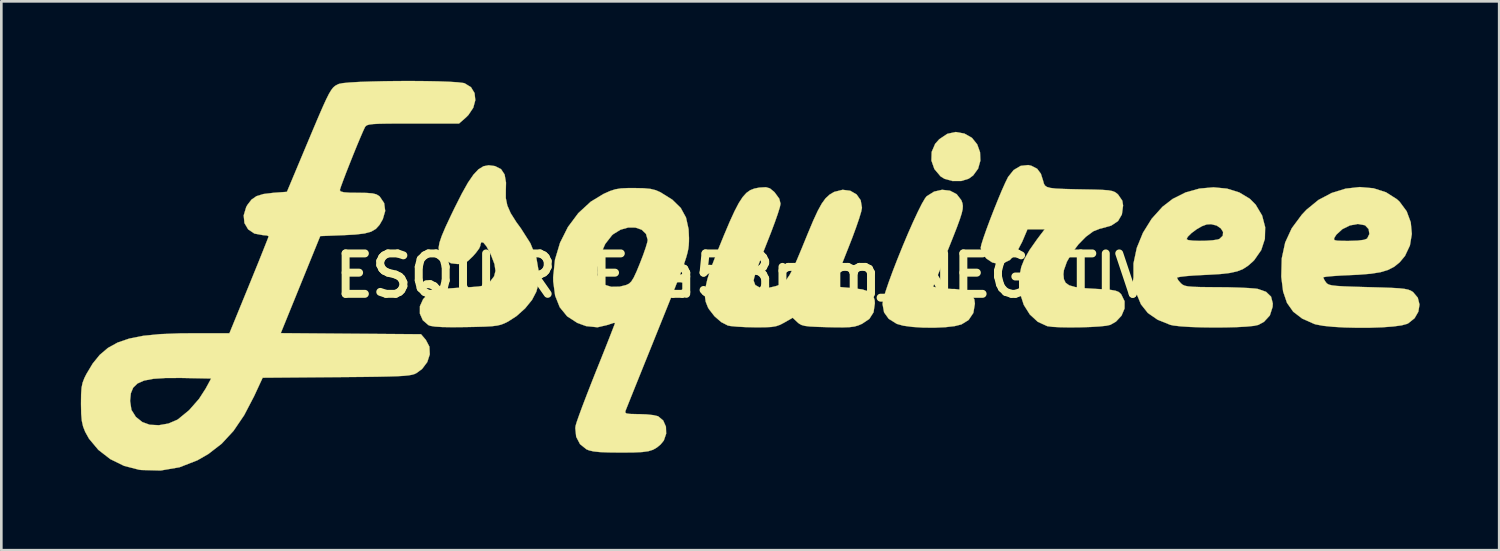
<source format=kicad_pcb>
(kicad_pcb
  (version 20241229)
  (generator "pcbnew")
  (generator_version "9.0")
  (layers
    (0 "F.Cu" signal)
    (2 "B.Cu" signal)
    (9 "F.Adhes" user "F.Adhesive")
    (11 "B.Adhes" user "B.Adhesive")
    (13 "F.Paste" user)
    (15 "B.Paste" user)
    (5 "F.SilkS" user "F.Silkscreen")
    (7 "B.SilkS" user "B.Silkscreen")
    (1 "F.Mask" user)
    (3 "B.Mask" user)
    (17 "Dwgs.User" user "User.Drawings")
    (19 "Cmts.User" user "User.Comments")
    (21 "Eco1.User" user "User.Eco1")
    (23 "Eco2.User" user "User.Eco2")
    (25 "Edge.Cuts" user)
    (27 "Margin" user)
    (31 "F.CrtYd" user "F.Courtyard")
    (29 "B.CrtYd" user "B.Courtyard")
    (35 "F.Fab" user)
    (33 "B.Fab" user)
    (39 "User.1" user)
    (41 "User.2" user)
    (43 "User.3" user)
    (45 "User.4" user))
  (footprint "ESQUIREE_a58mm_NEGATIVE"
    (layer "F.Cu")
    (at 25.659 7.341)
    (property "Reference" "ESQUIREE_a58mm_NEGATIVE" (at 0 0 0) (layer "F.SilkS") (effects (font (size 1.524 1.524) (thickness 0.3))))
    (attr through_hole)
    (fp_poly (pts (xy 7.658 -5.355) (xy 7.944 -5.193) (xy 8.142 -4.947) (xy 8.249 -4.65) (xy 8.261 -4.333) (xy 8.176 -4.031) (xy 7.989 -3.774) (xy 7.824 -3.654) (xy 7.539 -3.565) (xy 7.215 -3.564) (xy 6.913 -3.646) (xy 6.76 -3.74) (xy 6.527 -4.017) (xy 6.415 -4.335) (xy 6.425 -4.662) (xy 6.556 -4.967) (xy 6.71 -5.14) (xy 7.017 -5.345) (xy 7.329 -5.413) (xy 7.658 -5.355)) (stroke (width 0.01) (type solid)) (fill yes) (layer "F.SilkS"))
    (fp_poly (pts (xy 7.115 -3.2) (xy 7.367 -3.069) (xy 7.541 -2.844) (xy 7.551 -2.821) (xy 7.585 -2.726) (xy 7.6 -2.627) (xy 7.593 -2.505) (xy 7.557 -2.344) (xy 7.487 -2.124) (xy 7.379 -1.827) (xy 7.226 -1.436) (xy 7.025 -0.933) (xy 6.976 -0.81) (xy 6.48 0.421) (xy 6.696 0.465) (xy 6.899 0.49) (xy 7.165 0.506) (xy 7.293 0.508) (xy 7.653 0.552) (xy 7.901 0.681) (xy 8.033 0.894) (xy 8.055 1.061) (xy 7.996 1.41) (xy 7.819 1.674) (xy 7.549 1.842) (xy 7.296 1.906) (xy 6.945 1.947) (xy 6.535 1.966) (xy 6.106 1.963) (xy 5.7 1.937) (xy 5.355 1.891) (xy 5.113 1.823) (xy 5.108 1.821) (xy 4.804 1.631) (xy 4.63 1.389) (xy 4.572 1.077) (xy 4.572 1.066) (xy 4.601 0.895) (xy 4.681 0.617) (xy 4.803 0.256) (xy 4.958 -0.166) (xy 5.137 -0.627) (xy 5.329 -1.102) (xy 5.526 -1.571) (xy 5.719 -2.008) (xy 5.898 -2.393) (xy 6.053 -2.703) (xy 6.176 -2.914) (xy 6.236 -2.99) (xy 6.515 -3.165) (xy 6.819 -3.234) (xy 7.115 -3.2)) (stroke (width 0.01) (type solid)) (fill yes) (layer "F.SilkS"))
    (fp_poly (pts (xy -10.064 -4.131) (xy -10.034 -4.124) (xy -9.814 -4.012) (xy -9.68 -3.81) (xy -9.627 -3.504) (xy -9.634 -3.224) (xy -9.635 -2.921) (xy -9.578 -2.642) (xy -9.451 -2.352) (xy -9.24 -2.018) (xy -9.065 -1.778) (xy -8.708 -1.218) (xy -8.481 -0.66) (xy -8.387 -0.115) (xy -8.428 0.404) (xy -8.485 0.611) (xy -8.647 0.92) (xy -8.908 1.24) (xy -9.231 1.529) (xy -9.54 1.729) (xy -9.682 1.8) (xy -9.815 1.852) (xy -9.965 1.887) (xy -10.161 1.911) (xy -10.428 1.926) (xy -10.793 1.936) (xy -11.14 1.943) (xy -11.65 1.948) (xy -12.032 1.942) (xy -12.303 1.925) (xy -12.479 1.897) (xy -12.553 1.869) (xy -12.765 1.685) (xy -12.875 1.434) (xy -12.874 1.158) (xy -12.757 0.898) (xy -12.717 0.85) (xy -12.561 0.707) (xy -12.372 0.604) (xy -12.123 0.533) (xy -11.786 0.486) (xy -11.334 0.455) (xy -11.294 0.453) (xy -10.921 0.434) (xy -10.664 0.413) (xy -10.491 0.385) (xy -10.374 0.341) (xy -10.282 0.275) (xy -10.216 0.212) (xy -10.076 0.028) (xy -10.024 -0.176) (xy -10.061 -0.43) (xy -10.187 -0.761) (xy -10.232 -0.858) (xy -10.365 -1.102) (xy -10.477 -1.239) (xy -10.557 -1.261) (xy -10.594 -1.16) (xy -10.595 -1.124) (xy -10.642 -1.018) (xy -10.764 -0.854) (xy -10.874 -0.729) (xy -11.058 -0.553) (xy -11.212 -0.465) (xy -11.391 -0.437) (xy -11.461 -0.435) (xy -11.702 -0.463) (xy -11.891 -0.567) (xy -11.989 -0.657) (xy -12.09 -0.774) (xy -12.152 -0.897) (xy -12.169 -1.045) (xy -12.137 -1.236) (xy -12.052 -1.489) (xy -11.911 -1.823) (xy -11.708 -2.256) (xy -11.566 -2.55) (xy -11.294 -3.089) (xy -11.061 -3.504) (xy -10.854 -3.806) (xy -10.663 -4.008) (xy -10.475 -4.122) (xy -10.28 -4.159) (xy -10.064 -4.131)) (stroke (width 0.01) (type solid)) (fill yes) (layer "F.SilkS"))
    (fp_poly (pts (xy 17.562 -3.278) (xy 18.027 -3.133) (xy 18.422 -2.895) (xy 18.643 -2.673) (xy 18.886 -2.264) (xy 19.001 -1.825) (xy 18.99 -1.381) (xy 18.852 -0.959) (xy 18.591 -0.584) (xy 18.538 -0.53) (xy 18.352 -0.367) (xy 18.164 -0.246) (xy 17.946 -0.159) (xy 17.672 -0.098) (xy 17.314 -0.057) (xy 16.847 -0.029) (xy 16.673 -0.021) (xy 16.312 -0.002) (xy 16.009 0.022) (xy 15.79 0.049) (xy 15.682 0.075) (xy 15.675 0.083) (xy 15.722 0.175) (xy 15.821 0.29) (xy 15.885 0.344) (xy 15.969 0.383) (xy 16.096 0.409) (xy 16.288 0.425) (xy 16.57 0.434) (xy 16.963 0.438) (xy 17.181 0.439) (xy 17.614 0.443) (xy 18.021 0.455) (xy 18.368 0.471) (xy 18.624 0.491) (xy 18.721 0.504) (xy 19.034 0.613) (xy 19.223 0.795) (xy 19.289 1.053) (xy 19.281 1.184) (xy 19.178 1.504) (xy 18.96 1.742) (xy 18.744 1.861) (xy 18.58 1.897) (xy 18.299 1.925) (xy 17.933 1.945) (xy 17.508 1.956) (xy 17.056 1.959) (xy 16.604 1.953) (xy 16.183 1.939) (xy 15.82 1.916) (xy 15.546 1.885) (xy 15.421 1.858) (xy 14.942 1.664) (xy 14.578 1.413) (xy 14.317 1.085) (xy 14.141 0.663) (xy 14.037 0.125) (xy 14.035 0.109) (xy 14.036 -0.459) (xy 14.16 -1.043) (xy 14.294 -1.371) (xy 16.038 -1.371) (xy 16.104 -1.337) (xy 16.274 -1.316) (xy 16.509 -1.308) (xy 16.768 -1.312) (xy 17.013 -1.329) (xy 17.202 -1.357) (xy 17.277 -1.381) (xy 17.403 -1.502) (xy 17.414 -1.643) (xy 17.329 -1.779) (xy 17.172 -1.886) (xy 16.963 -1.937) (xy 16.799 -1.928) (xy 16.619 -1.862) (xy 16.412 -1.742) (xy 16.219 -1.598) (xy 16.081 -1.461) (xy 16.038 -1.371) (xy 14.294 -1.371) (xy 14.393 -1.613) (xy 14.72 -2.139) (xy 15.127 -2.592) (xy 15.511 -2.889) (xy 16.002 -3.135) (xy 16.524 -3.28) (xy 17.053 -3.327) (xy 17.562 -3.278)) (stroke (width 0.01) (type solid)) (fill yes) (layer "F.SilkS"))
    (fp_poly (pts (xy 23.083 -3.292) (xy 23.558 -3.14) (xy 23.969 -2.878) (xy 24.069 -2.786) (xy 24.337 -2.424) (xy 24.491 -2.008) (xy 24.532 -1.568) (xy 24.46 -1.135) (xy 24.274 -0.74) (xy 24.076 -0.502) (xy 23.874 -0.337) (xy 23.641 -0.215) (xy 23.353 -0.127) (xy 22.983 -0.068) (xy 22.506 -0.03) (xy 22.233 -0.018) (xy 21.863 -0.001) (xy 21.551 0.02) (xy 21.322 0.041) (xy 21.202 0.062) (xy 21.191 0.069) (xy 21.229 0.159) (xy 21.294 0.258) (xy 21.339 0.306) (xy 21.408 0.343) (xy 21.521 0.37) (xy 21.697 0.391) (xy 21.957 0.407) (xy 22.319 0.421) (xy 22.804 0.435) (xy 22.887 0.437) (xy 23.394 0.451) (xy 23.777 0.465) (xy 24.057 0.481) (xy 24.256 0.503) (xy 24.394 0.532) (xy 24.493 0.57) (xy 24.573 0.62) (xy 24.58 0.625) (xy 24.757 0.836) (xy 24.821 1.093) (xy 24.778 1.363) (xy 24.635 1.61) (xy 24.399 1.799) (xy 24.353 1.822) (xy 24.147 1.878) (xy 23.827 1.921) (xy 23.422 1.951) (xy 22.963 1.967) (xy 22.48 1.969) (xy 22.003 1.958) (xy 21.562 1.933) (xy 21.188 1.895) (xy 20.91 1.843) (xy 20.852 1.825) (xy 20.399 1.624) (xy 20.06 1.365) (xy 19.824 1.03) (xy 19.678 0.603) (xy 19.611 0.064) (xy 19.609 0.029) (xy 19.627 -0.648) (xy 19.756 -1.245) (xy 19.817 -1.378) (xy 21.596 -1.378) (xy 21.619 -1.336) (xy 21.719 -1.315) (xy 21.919 -1.307) (xy 22.154 -1.306) (xy 22.491 -1.317) (xy 22.73 -1.348) (xy 22.845 -1.393) (xy 22.931 -1.566) (xy 22.903 -1.751) (xy 22.773 -1.89) (xy 22.757 -1.898) (xy 22.494 -1.945) (xy 22.197 -1.89) (xy 21.913 -1.75) (xy 21.688 -1.544) (xy 21.623 -1.446) (xy 21.596 -1.378) (xy 19.817 -1.378) (xy 20.005 -1.786) (xy 20.382 -2.294) (xy 20.563 -2.486) (xy 21.009 -2.85) (xy 21.508 -3.114) (xy 22.034 -3.277) (xy 22.567 -3.337) (xy 23.083 -3.292)) (stroke (width 0.01) (type solid)) (fill yes) (layer "F.SilkS"))
    (fp_poly (pts (xy 10.181 -4.141) (xy 10.402 -4.028) (xy 10.543 -3.84) (xy 10.628 -3.572) (xy 10.655 -3.47) (xy 10.696 -3.395) (xy 10.772 -3.341) (xy 10.903 -3.304) (xy 11.107 -3.28) (xy 11.405 -3.266) (xy 11.817 -3.255) (xy 12.132 -3.249) (xy 12.563 -3.241) (xy 12.875 -3.23) (xy 13.09 -3.214) (xy 13.235 -3.187) (xy 13.335 -3.148) (xy 13.414 -3.092) (xy 13.456 -3.053) (xy 13.614 -2.823) (xy 13.643 -2.641) (xy 13.598 -2.304) (xy 13.453 -2.055) (xy 13.197 -1.884) (xy 12.819 -1.777) (xy 12.779 -1.771) (xy 12.52 -1.669) (xy 12.239 -1.461) (xy 11.962 -1.179) (xy 11.715 -0.855) (xy 11.523 -0.519) (xy 11.411 -0.204) (xy 11.394 -0.05) (xy 11.411 0.137) (xy 11.477 0.274) (xy 11.611 0.369) (xy 11.833 0.433) (xy 12.163 0.475) (xy 12.56 0.5) (xy 12.935 0.521) (xy 13.192 0.543) (xy 13.361 0.573) (xy 13.469 0.615) (xy 13.544 0.677) (xy 13.577 0.716) (xy 13.699 0.968) (xy 13.698 1.244) (xy 13.585 1.512) (xy 13.374 1.738) (xy 13.162 1.859) (xy 13.008 1.893) (xy 12.744 1.92) (xy 12.405 1.94) (xy 12.024 1.952) (xy 11.638 1.956) (xy 11.28 1.95) (xy 10.986 1.935) (xy 10.79 1.909) (xy 10.781 1.907) (xy 10.427 1.745) (xy 10.127 1.469) (xy 9.898 1.106) (xy 9.76 0.68) (xy 9.725 0.323) (xy 9.742 -0.018) (xy 9.804 -0.324) (xy 9.925 -0.629) (xy 10.116 -0.962) (xy 10.392 -1.356) (xy 10.502 -1.502) (xy 10.685 -1.742) (xy 10.037 -1.742) (xy 9.836 -1.269) (xy 9.619 -0.858) (xy 9.376 -0.587) (xy 9.103 -0.453) (xy 8.951 -0.435) (xy 8.708 -0.494) (xy 8.485 -0.644) (xy 8.327 -0.847) (xy 8.273 -1.046) (xy 8.3 -1.174) (xy 8.374 -1.408) (xy 8.483 -1.72) (xy 8.618 -2.084) (xy 8.768 -2.471) (xy 8.922 -2.854) (xy 9.069 -3.207) (xy 9.2 -3.5) (xy 9.302 -3.707) (xy 9.307 -3.717) (xy 9.518 -3.981) (xy 9.781 -4.136) (xy 10.066 -4.167) (xy 10.181 -4.141)) (stroke (width 0.01) (type solid)) (fill yes) (layer "F.SilkS"))
    (fp_poly (pts (xy 0.325 -3.287) (xy 0.476 -3.164) (xy 0.505 -3.135) (xy 0.678 -2.898) (xy 0.725 -2.709) (xy 0.699 -2.578) (xy 0.625 -2.338) (xy 0.512 -2.015) (xy 0.37 -1.635) (xy 0.217 -1.247) (xy 0.056 -0.838) (xy -0.084 -0.465) (xy -0.195 -0.153) (xy -0.266 0.074) (xy -0.29 0.188) (xy -0.229 0.356) (xy -0.058 0.453) (xy 0.202 0.469) (xy 0.368 0.442) (xy 0.552 0.398) (xy 0.703 0.345) (xy 0.831 0.269) (xy 0.949 0.153) (xy 1.067 -0.02) (xy 1.195 -0.263) (xy 1.345 -0.594) (xy 1.527 -1.029) (xy 1.744 -1.56) (xy 1.952 -2.056) (xy 2.126 -2.434) (xy 2.279 -2.712) (xy 2.422 -2.91) (xy 2.57 -3.048) (xy 2.732 -3.145) (xy 2.753 -3.155) (xy 3.067 -3.234) (xy 3.356 -3.197) (xy 3.592 -3.06) (xy 3.748 -2.839) (xy 3.796 -2.554) (xy 3.766 -2.404) (xy 3.688 -2.147) (xy 3.571 -1.807) (xy 3.425 -1.41) (xy 3.257 -0.982) (xy 3.241 -0.943) (xy 3.058 -0.479) (xy 2.916 -0.099) (xy 2.821 0.185) (xy 2.776 0.36) (xy 2.782 0.413) (xy 2.891 0.425) (xy 3.103 0.445) (xy 3.376 0.469) (xy 3.436 0.474) (xy 3.811 0.524) (xy 4.063 0.607) (xy 4.211 0.739) (xy 4.275 0.931) (xy 4.282 1.049) (xy 4.233 1.385) (xy 4.075 1.634) (xy 3.801 1.819) (xy 3.657 1.881) (xy 3.51 1.923) (xy 3.328 1.946) (xy 3.079 1.955) (xy 2.734 1.952) (xy 2.511 1.947) (xy 2.112 1.935) (xy 1.832 1.921) (xy 1.641 1.898) (xy 1.514 1.863) (xy 1.423 1.812) (xy 1.359 1.758) (xy 1.184 1.592) (xy 0.864 1.775) (xy 0.708 1.857) (xy 0.559 1.909) (xy 0.379 1.939) (xy 0.131 1.951) (xy -0.221 1.953) (xy -0.254 1.952) (xy -0.603 1.944) (xy -0.917 1.927) (xy -1.157 1.904) (xy -1.262 1.884) (xy -1.514 1.754) (xy -1.768 1.532) (xy -1.975 1.265) (xy -2.013 1.199) (xy -2.097 0.986) (xy -2.131 0.749) (xy -2.109 0.469) (xy -2.03 0.124) (xy -1.889 -0.306) (xy -1.683 -0.842) (xy -1.672 -0.871) (xy -1.413 -1.506) (xy -1.196 -2.019) (xy -1.012 -2.422) (xy -0.851 -2.731) (xy -0.704 -2.957) (xy -0.563 -3.115) (xy -0.419 -3.218) (xy -0.262 -3.28) (xy -0.084 -3.315) (xy -0.045 -3.319) (xy 0.175 -3.331) (xy 0.325 -3.287)) (stroke (width 0.01) (type solid)) (fill yes) (layer "F.SilkS"))
    (fp_poly (pts (xy -4.431 -3.292) (xy -4.174 -3.267) (xy -3.978 -3.218) (xy -3.802 -3.14) (xy -3.354 -2.86) (xy -3.038 -2.55) (xy -2.839 -2.187) (xy -2.742 -1.749) (xy -2.727 -1.415) (xy -2.729 -1.273) (xy -2.736 -1.143) (xy -2.752 -1.01) (xy -2.783 -0.862) (xy -2.833 -0.682) (xy -2.907 -0.458) (xy -3.01 -0.176) (xy -3.146 0.18) (xy -3.321 0.624) (xy -3.539 1.169) (xy -3.805 1.83) (xy -3.901 2.068) (xy -4.149 2.685) (xy -4.382 3.262) (xy -4.593 3.786) (xy -4.777 4.242) (xy -4.927 4.616) (xy -5.038 4.893) (xy -5.104 5.059) (xy -5.12 5.098) (xy -5.13 5.163) (xy -5.083 5.201) (xy -4.951 5.219) (xy -4.709 5.225) (xy -4.619 5.225) (xy -4.326 5.236) (xy -4.068 5.264) (xy -3.899 5.304) (xy -3.891 5.307) (xy -3.699 5.466) (xy -3.596 5.699) (xy -3.588 5.965) (xy -3.676 6.221) (xy -3.796 6.368) (xy -3.937 6.485) (xy -4.082 6.569) (xy -4.258 6.624) (xy -4.493 6.656) (xy -4.813 6.671) (xy -5.248 6.675) (xy -5.311 6.675) (xy -5.759 6.67) (xy -6.088 6.657) (xy -6.324 6.632) (xy -6.494 6.593) (xy -6.595 6.552) (xy -6.836 6.358) (xy -6.981 6.08) (xy -7.014 5.754) (xy -7.003 5.667) (xy -6.963 5.53) (xy -6.876 5.281) (xy -6.75 4.938) (xy -6.592 4.525) (xy -6.411 4.06) (xy -6.235 3.616) (xy -6.043 3.139) (xy -5.871 2.707) (xy -5.725 2.337) (xy -5.613 2.049) (xy -5.54 1.86) (xy -5.515 1.788) (xy -5.574 1.788) (xy -5.719 1.835) (xy -5.767 1.854) (xy -6.176 1.951) (xy -6.609 1.906) (xy -6.938 1.786) (xy -7.322 1.537) (xy -7.601 1.195) (xy -7.775 0.757) (xy -7.847 0.218) (xy -7.849 0.061) (xy -7.84 -0.021) (xy -6.176 -0.021) (xy -6.102 0.194) (xy -5.92 0.345) (xy -5.658 0.424) (xy -5.344 0.419) (xy -5.097 0.358) (xy -4.991 0.308) (xy -4.901 0.223) (xy -4.811 0.078) (xy -4.703 -0.154) (xy -4.578 -0.459) (xy -4.456 -0.774) (xy -4.36 -1.051) (xy -4.299 -1.256) (xy -4.284 -1.343) (xy -4.348 -1.571) (xy -4.511 -1.728) (xy -4.745 -1.809) (xy -5.021 -1.811) (xy -5.309 -1.729) (xy -5.582 -1.561) (xy -5.633 -1.516) (xy -5.886 -1.191) (xy -6.07 -0.776) (xy -6.167 -0.319) (xy -6.176 -0.021) (xy -7.84 -0.021) (xy -7.78 -0.6) (xy -7.589 -1.238) (xy -7.292 -1.83) (xy -6.901 -2.354) (xy -6.431 -2.786) (xy -5.951 -3.077) (xy -5.709 -3.186) (xy -5.506 -3.252) (xy -5.29 -3.287) (xy -5.011 -3.299) (xy -4.79 -3.299) (xy -4.431 -3.292)) (stroke (width 0.01) (type solid)) (fill yes) (layer "F.SilkS"))
    (fp_poly (pts (xy -12.653 -7.332) (xy -12.181 -7.323) (xy -11.773 -7.308) (xy -11.45 -7.288) (xy -11.238 -7.262) (xy -11.185 -7.249) (xy -10.947 -7.102) (xy -10.813 -6.881) (xy -10.785 -6.613) (xy -10.862 -6.328) (xy -11.046 -6.053) (xy -11.143 -5.957) (xy -11.399 -5.733) (xy -13.135 -5.733) (xy -13.683 -5.733) (xy -14.103 -5.73) (xy -14.413 -5.724) (xy -14.632 -5.713) (xy -14.777 -5.695) (xy -14.866 -5.67) (xy -14.917 -5.636) (xy -14.947 -5.594) (xy -15.016 -5.447) (xy -15.12 -5.207) (xy -15.248 -4.901) (xy -15.388 -4.557) (xy -15.529 -4.203) (xy -15.662 -3.865) (xy -15.773 -3.572) (xy -15.854 -3.351) (xy -15.892 -3.23) (xy -15.893 -3.219) (xy -15.859 -3.171) (xy -15.741 -3.14) (xy -15.519 -3.124) (xy -15.217 -3.121) (xy -14.884 -3.116) (xy -14.661 -3.098) (xy -14.516 -3.062) (xy -14.414 -3) (xy -14.389 -2.979) (xy -14.222 -2.731) (xy -14.183 -2.436) (xy -14.273 -2.127) (xy -14.395 -1.914) (xy -14.534 -1.76) (xy -14.715 -1.654) (xy -14.965 -1.587) (xy -15.311 -1.546) (xy -15.724 -1.524) (xy -16.633 -1.488) (xy -18.121 2.172) (xy -15.477 2.193) (xy -12.832 2.213) (xy -12.65 2.426) (xy -12.516 2.682) (xy -12.502 2.973) (xy -12.597 3.264) (xy -12.792 3.523) (xy -13.009 3.681) (xy -13.081 3.715) (xy -13.174 3.742) (xy -13.303 3.764) (xy -13.481 3.782) (xy -13.724 3.796) (xy -14.047 3.806) (xy -14.463 3.815) (xy -14.987 3.822) (xy -15.634 3.828) (xy -16.024 3.831) (xy -18.804 3.853) (xy -19.126 4.548) (xy -19.501 5.266) (xy -19.903 5.858) (xy -20.35 6.341) (xy -20.856 6.732) (xy -21.265 6.967) (xy -21.941 7.23) (xy -22.651 7.352) (xy -23.383 7.333) (xy -23.467 7.322) (xy -24.031 7.177) (xy -24.551 6.922) (xy -25 6.574) (xy -25.352 6.153) (xy -25.497 5.893) (xy -25.575 5.694) (xy -25.623 5.482) (xy -25.647 5.214) (xy -25.654 4.845) (xy -25.654 4.826) (xy -25.653 4.735) (xy -23.803 4.735) (xy -23.752 5.067) (xy -23.585 5.332) (xy -23.341 5.526) (xy -23.063 5.627) (xy -22.718 5.644) (xy -22.358 5.581) (xy -22.03 5.441) (xy -21.989 5.415) (xy -21.579 5.079) (xy -21.204 4.652) (xy -20.951 4.259) (xy -20.747 3.883) (xy -21.858 3.862) (xy -22.454 3.863) (xy -22.922 3.893) (xy -23.274 3.96) (xy -23.524 4.07) (xy -23.687 4.228) (xy -23.775 4.441) (xy -23.803 4.716) (xy -23.803 4.735) (xy -25.653 4.735) (xy -25.65 4.478) (xy -25.633 4.23) (xy -25.594 4.041) (xy -25.526 3.864) (xy -25.452 3.717) (xy -25.214 3.319) (xy -24.949 2.993) (xy -24.641 2.731) (xy -24.274 2.527) (xy -23.834 2.377) (xy -23.304 2.272) (xy -22.67 2.209) (xy -21.917 2.18) (xy -21.498 2.177) (xy -20.058 2.177) (xy -19.318 0.369) (xy -19.123 -0.11) (xy -18.946 -0.545) (xy -18.797 -0.918) (xy -18.681 -1.21) (xy -18.605 -1.403) (xy -18.578 -1.481) (xy -18.578 -1.481) (xy -18.641 -1.511) (xy -18.793 -1.524) (xy -19.115 -1.583) (xy -19.352 -1.743) (xy -19.491 -1.979) (xy -19.519 -2.267) (xy -19.425 -2.582) (xy -19.38 -2.662) (xy -19.227 -2.862) (xy -19.037 -2.994) (xy -18.775 -3.074) (xy -18.405 -3.119) (xy -18.397 -3.12) (xy -17.889 -3.157) (xy -17.159 -4.899) (xy -16.907 -5.499) (xy -16.703 -5.98) (xy -16.54 -6.355) (xy -16.41 -6.64) (xy -16.306 -6.848) (xy -16.219 -6.993) (xy -16.143 -7.091) (xy -16.07 -7.154) (xy -15.991 -7.198) (xy -15.927 -7.227) (xy -15.782 -7.256) (xy -15.516 -7.281) (xy -15.151 -7.302) (xy -14.71 -7.317) (xy -14.216 -7.329) (xy -13.694 -7.335) (xy -13.165 -7.336) (xy -12.653 -7.332)) (stroke (width 0.01) (type solid)) (fill yes) (layer "F.SilkS")))
  (gr_rect
    (start -3 -3)
    (end 53.485 17.698)
    (stroke (width 0.1) (type default))
    (fill no)
    (layer "Edge.Cuts")))
</source>
